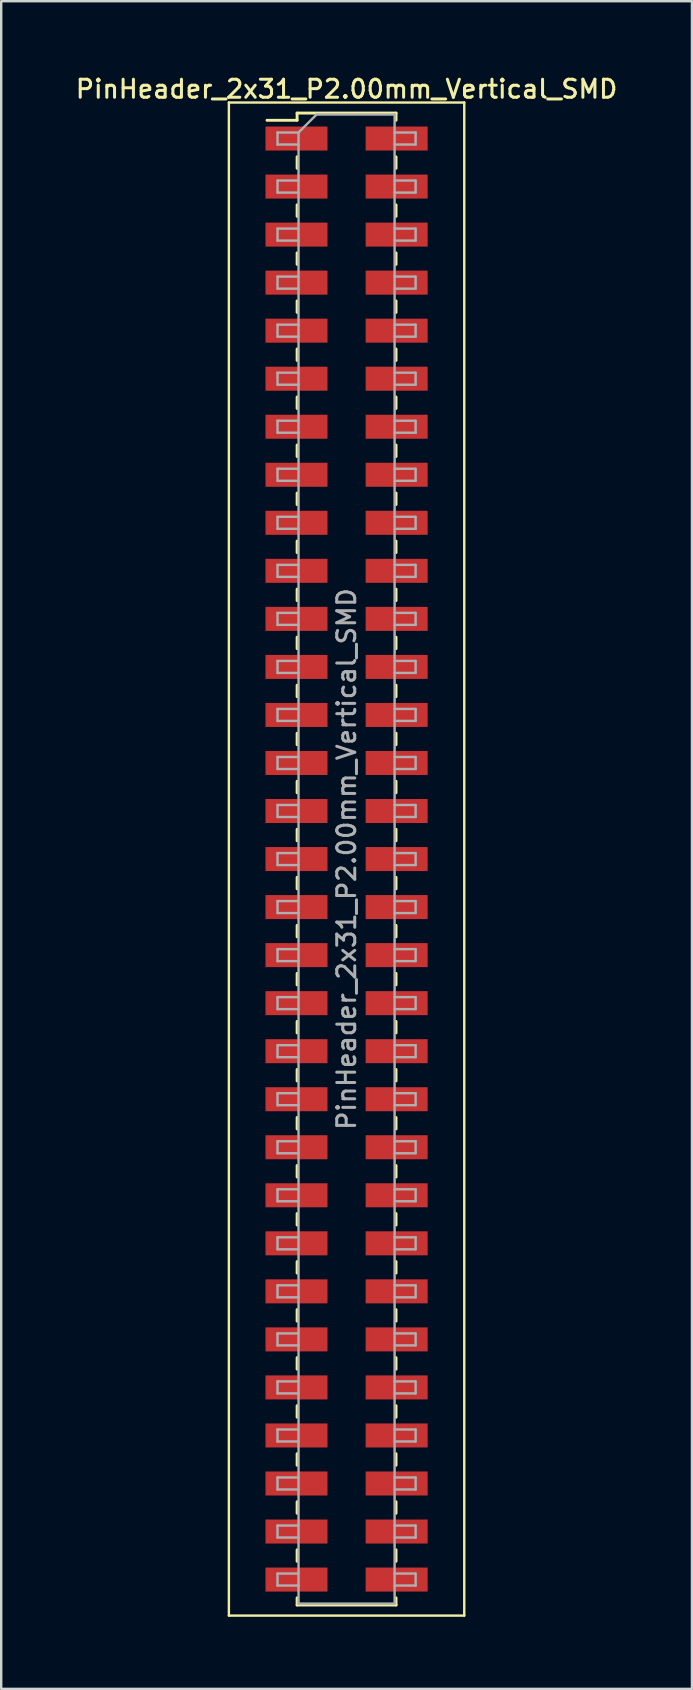
<source format=kicad_pcb>
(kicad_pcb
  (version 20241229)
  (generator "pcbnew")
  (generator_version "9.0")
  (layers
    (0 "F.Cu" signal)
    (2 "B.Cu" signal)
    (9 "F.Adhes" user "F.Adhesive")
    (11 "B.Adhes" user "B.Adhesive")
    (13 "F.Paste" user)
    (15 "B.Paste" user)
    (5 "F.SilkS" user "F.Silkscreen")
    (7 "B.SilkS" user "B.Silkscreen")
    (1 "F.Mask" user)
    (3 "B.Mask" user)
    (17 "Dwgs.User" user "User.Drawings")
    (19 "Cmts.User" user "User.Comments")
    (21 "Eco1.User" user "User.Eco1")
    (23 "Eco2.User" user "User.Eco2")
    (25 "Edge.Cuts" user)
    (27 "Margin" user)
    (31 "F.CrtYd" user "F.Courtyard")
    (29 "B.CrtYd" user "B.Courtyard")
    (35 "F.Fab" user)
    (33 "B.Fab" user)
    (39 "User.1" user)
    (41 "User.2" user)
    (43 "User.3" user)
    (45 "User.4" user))
  (footprint "PinHeader_2x31_P2.00mm_Vertical_SMD"
    (layer "F.Cu")
    (at 11.38 32.718)
    (property "Reference" "PinHeader_2x31_P2.00mm_Vertical_SMD" (at 0 -32.06 0) (layer "F.SilkS") (effects (font (size 0.75 0.75) (thickness 0.125))))
    (attr smd)
    (fp_line (start -4.9 -31.5) (end -4.9 31.5) (stroke (width 0.1) (type solid)) (layer "F.SilkS"))
    (fp_line (start -4.9 31.5) (end 4.9 31.5) (stroke (width 0.1) (type solid)) (layer "F.SilkS"))
    (fp_line (start -3.315 -30.76) (end -2.06 -30.76) (stroke (width 0.12) (type solid)) (layer "F.SilkS"))
    (fp_line (start -2.06 -31.06) (end -2.06 -30.76) (stroke (width 0.12) (type solid)) (layer "F.SilkS"))
    (fp_line (start -2.06 -31.06) (end 2.06 -31.06) (stroke (width 0.12) (type solid)) (layer "F.SilkS"))
    (fp_line (start -2.06 -29.24) (end -2.06 -28.76) (stroke (width 0.12) (type solid)) (layer "F.SilkS"))
    (fp_line (start -2.06 -27.24) (end -2.06 -26.76) (stroke (width 0.12) (type solid)) (layer "F.SilkS"))
    (fp_line (start -2.06 -25.24) (end -2.06 -24.76) (stroke (width 0.12) (type solid)) (layer "F.SilkS"))
    (fp_line (start -2.06 -23.24) (end -2.06 -22.76) (stroke (width 0.12) (type solid)) (layer "F.SilkS"))
    (fp_line (start -2.06 -21.24) (end -2.06 -20.76) (stroke (width 0.12) (type solid)) (layer "F.SilkS"))
    (fp_line (start -2.06 -19.24) (end -2.06 -18.76) (stroke (width 0.12) (type solid)) (layer "F.SilkS"))
    (fp_line (start -2.06 -17.24) (end -2.06 -16.76) (stroke (width 0.12) (type solid)) (layer "F.SilkS"))
    (fp_line (start -2.06 -15.24) (end -2.06 -14.76) (stroke (width 0.12) (type solid)) (layer "F.SilkS"))
    (fp_line (start -2.06 -13.24) (end -2.06 -12.76) (stroke (width 0.12) (type solid)) (layer "F.SilkS"))
    (fp_line (start -2.06 -11.24) (end -2.06 -10.76) (stroke (width 0.12) (type solid)) (layer "F.SilkS"))
    (fp_line (start -2.06 -9.24) (end -2.06 -8.76) (stroke (width 0.12) (type solid)) (layer "F.SilkS"))
    (fp_line (start -2.06 -7.24) (end -2.06 -6.76) (stroke (width 0.12) (type solid)) (layer "F.SilkS"))
    (fp_line (start -2.06 -5.24) (end -2.06 -4.76) (stroke (width 0.12) (type solid)) (layer "F.SilkS"))
    (fp_line (start -2.06 -3.24) (end -2.06 -2.76) (stroke (width 0.12) (type solid)) (layer "F.SilkS"))
    (fp_line (start -2.06 -1.24) (end -2.06 -0.76) (stroke (width 0.12) (type solid)) (layer "F.SilkS"))
    (fp_line (start -2.06 0.76) (end -2.06 1.24) (stroke (width 0.12) (type solid)) (layer "F.SilkS"))
    (fp_line (start -2.06 2.76) (end -2.06 3.24) (stroke (width 0.12) (type solid)) (layer "F.SilkS"))
    (fp_line (start -2.06 4.76) (end -2.06 5.24) (stroke (width 0.12) (type solid)) (layer "F.SilkS"))
    (fp_line (start -2.06 6.76) (end -2.06 7.24) (stroke (width 0.12) (type solid)) (layer "F.SilkS"))
    (fp_line (start -2.06 8.76) (end -2.06 9.24) (stroke (width 0.12) (type solid)) (layer "F.SilkS"))
    (fp_line (start -2.06 10.76) (end -2.06 11.24) (stroke (width 0.12) (type solid)) (layer "F.SilkS"))
    (fp_line (start -2.06 12.76) (end -2.06 13.24) (stroke (width 0.12) (type solid)) (layer "F.SilkS"))
    (fp_line (start -2.06 14.76) (end -2.06 15.24) (stroke (width 0.12) (type solid)) (layer "F.SilkS"))
    (fp_line (start -2.06 16.76) (end -2.06 17.24) (stroke (width 0.12) (type solid)) (layer "F.SilkS"))
    (fp_line (start -2.06 18.76) (end -2.06 19.24) (stroke (width 0.12) (type solid)) (layer "F.SilkS"))
    (fp_line (start -2.06 20.76) (end -2.06 21.24) (stroke (width 0.12) (type solid)) (layer "F.SilkS"))
    (fp_line (start -2.06 22.76) (end -2.06 23.24) (stroke (width 0.12) (type solid)) (layer "F.SilkS"))
    (fp_line (start -2.06 24.76) (end -2.06 25.24) (stroke (width 0.12) (type solid)) (layer "F.SilkS"))
    (fp_line (start -2.06 26.76) (end -2.06 27.24) (stroke (width 0.12) (type solid)) (layer "F.SilkS"))
    (fp_line (start -2.06 28.76) (end -2.06 29.24) (stroke (width 0.12) (type solid)) (layer "F.SilkS"))
    (fp_line (start -2.06 30.76) (end -2.06 31.06) (stroke (width 0.12) (type solid)) (layer "F.SilkS"))
    (fp_line (start -2.06 31.06) (end 2.06 31.06) (stroke (width 0.12) (type solid)) (layer "F.SilkS"))
    (fp_line (start 2.06 -31.06) (end 2.06 -30.76) (stroke (width 0.12) (type solid)) (layer "F.SilkS"))
    (fp_line (start 2.06 -29.24) (end 2.06 -28.76) (stroke (width 0.12) (type solid)) (layer "F.SilkS"))
    (fp_line (start 2.06 -27.24) (end 2.06 -26.76) (stroke (width 0.12) (type solid)) (layer "F.SilkS"))
    (fp_line (start 2.06 -25.24) (end 2.06 -24.76) (stroke (width 0.12) (type solid)) (layer "F.SilkS"))
    (fp_line (start 2.06 -23.24) (end 2.06 -22.76) (stroke (width 0.12) (type solid)) (layer "F.SilkS"))
    (fp_line (start 2.06 -21.24) (end 2.06 -20.76) (stroke (width 0.12) (type solid)) (layer "F.SilkS"))
    (fp_line (start 2.06 -19.24) (end 2.06 -18.76) (stroke (width 0.12) (type solid)) (layer "F.SilkS"))
    (fp_line (start 2.06 -17.24) (end 2.06 -16.76) (stroke (width 0.12) (type solid)) (layer "F.SilkS"))
    (fp_line (start 2.06 -15.24) (end 2.06 -14.76) (stroke (width 0.12) (type solid)) (layer "F.SilkS"))
    (fp_line (start 2.06 -13.24) (end 2.06 -12.76) (stroke (width 0.12) (type solid)) (layer "F.SilkS"))
    (fp_line (start 2.06 -11.24) (end 2.06 -10.76) (stroke (width 0.12) (type solid)) (layer "F.SilkS"))
    (fp_line (start 2.06 -9.24) (end 2.06 -8.76) (stroke (width 0.12) (type solid)) (layer "F.SilkS"))
    (fp_line (start 2.06 -7.24) (end 2.06 -6.76) (stroke (width 0.12) (type solid)) (layer "F.SilkS"))
    (fp_line (start 2.06 -5.24) (end 2.06 -4.76) (stroke (width 0.12) (type solid)) (layer "F.SilkS"))
    (fp_line (start 2.06 -3.24) (end 2.06 -2.76) (stroke (width 0.12) (type solid)) (layer "F.SilkS"))
    (fp_line (start 2.06 -1.24) (end 2.06 -0.76) (stroke (width 0.12) (type solid)) (layer "F.SilkS"))
    (fp_line (start 2.06 0.76) (end 2.06 1.24) (stroke (width 0.12) (type solid)) (layer "F.SilkS"))
    (fp_line (start 2.06 2.76) (end 2.06 3.24) (stroke (width 0.12) (type solid)) (layer "F.SilkS"))
    (fp_line (start 2.06 4.76) (end 2.06 5.24) (stroke (width 0.12) (type solid)) (layer "F.SilkS"))
    (fp_line (start 2.06 6.76) (end 2.06 7.24) (stroke (width 0.12) (type solid)) (layer "F.SilkS"))
    (fp_line (start 2.06 8.76) (end 2.06 9.24) (stroke (width 0.12) (type solid)) (layer "F.SilkS"))
    (fp_line (start 2.06 10.76) (end 2.06 11.24) (stroke (width 0.12) (type solid)) (layer "F.SilkS"))
    (fp_line (start 2.06 12.76) (end 2.06 13.24) (stroke (width 0.12) (type solid)) (layer "F.SilkS"))
    (fp_line (start 2.06 14.76) (end 2.06 15.24) (stroke (width 0.12) (type solid)) (layer "F.SilkS"))
    (fp_line (start 2.06 16.76) (end 2.06 17.24) (stroke (width 0.12) (type solid)) (layer "F.SilkS"))
    (fp_line (start 2.06 18.76) (end 2.06 19.24) (stroke (width 0.12) (type solid)) (layer "F.SilkS"))
    (fp_line (start 2.06 20.76) (end 2.06 21.24) (stroke (width 0.12) (type solid)) (layer "F.SilkS"))
    (fp_line (start 2.06 22.76) (end 2.06 23.24) (stroke (width 0.12) (type solid)) (layer "F.SilkS"))
    (fp_line (start 2.06 24.76) (end 2.06 25.24) (stroke (width 0.12) (type solid)) (layer "F.SilkS"))
    (fp_line (start 2.06 26.76) (end 2.06 27.24) (stroke (width 0.12) (type solid)) (layer "F.SilkS"))
    (fp_line (start 2.06 28.76) (end 2.06 29.24) (stroke (width 0.12) (type solid)) (layer "F.SilkS"))
    (fp_line (start 2.06 30.76) (end 2.06 31.06) (stroke (width 0.12) (type solid)) (layer "F.SilkS"))
    (fp_line (start 4.9 -31.5) (end -4.9 -31.5) (stroke (width 0.1) (type solid)) (layer "F.SilkS"))
    (fp_line (start 4.9 31.5) (end 4.9 -31.5) (stroke (width 0.1) (type solid)) (layer "F.SilkS"))
    (fp_line (start -2.875 -30.25) (end -2.875 -29.75) (stroke (width 0.1) (type solid)) (layer "F.Fab"))
    (fp_line (start -2.875 -29.75) (end -2 -29.75) (stroke (width 0.1) (type solid)) (layer "F.Fab"))
    (fp_line (start -2.875 -28.25) (end -2.875 -27.75) (stroke (width 0.1) (type solid)) (layer "F.Fab"))
    (fp_line (start -2.875 -27.75) (end -2 -27.75) (stroke (width 0.1) (type solid)) (layer "F.Fab"))
    (fp_line (start -2.875 -26.25) (end -2.875 -25.75) (stroke (width 0.1) (type solid)) (layer "F.Fab"))
    (fp_line (start -2.875 -25.75) (end -2 -25.75) (stroke (width 0.1) (type solid)) (layer "F.Fab"))
    (fp_line (start -2.875 -24.25) (end -2.875 -23.75) (stroke (width 0.1) (type solid)) (layer "F.Fab"))
    (fp_line (start -2.875 -23.75) (end -2 -23.75) (stroke (width 0.1) (type solid)) (layer "F.Fab"))
    (fp_line (start -2.875 -22.25) (end -2.875 -21.75) (stroke (width 0.1) (type solid)) (layer "F.Fab"))
    (fp_line (start -2.875 -21.75) (end -2 -21.75) (stroke (width 0.1) (type solid)) (layer "F.Fab"))
    (fp_line (start -2.875 -20.25) (end -2.875 -19.75) (stroke (width 0.1) (type solid)) (layer "F.Fab"))
    (fp_line (start -2.875 -19.75) (end -2 -19.75) (stroke (width 0.1) (type solid)) (layer "F.Fab"))
    (fp_line (start -2.875 -18.25) (end -2.875 -17.75) (stroke (width 0.1) (type solid)) (layer "F.Fab"))
    (fp_line (start -2.875 -17.75) (end -2 -17.75) (stroke (width 0.1) (type solid)) (layer "F.Fab"))
    (fp_line (start -2.875 -16.25) (end -2.875 -15.75) (stroke (width 0.1) (type solid)) (layer "F.Fab"))
    (fp_line (start -2.875 -15.75) (end -2 -15.75) (stroke (width 0.1) (type solid)) (layer "F.Fab"))
    (fp_line (start -2.875 -14.25) (end -2.875 -13.75) (stroke (width 0.1) (type solid)) (layer "F.Fab"))
    (fp_line (start -2.875 -13.75) (end -2 -13.75) (stroke (width 0.1) (type solid)) (layer "F.Fab"))
    (fp_line (start -2.875 -12.25) (end -2.875 -11.75) (stroke (width 0.1) (type solid)) (layer "F.Fab"))
    (fp_line (start -2.875 -11.75) (end -2 -11.75) (stroke (width 0.1) (type solid)) (layer "F.Fab"))
    (fp_line (start -2.875 -10.25) (end -2.875 -9.75) (stroke (width 0.1) (type solid)) (layer "F.Fab"))
    (fp_line (start -2.875 -9.75) (end -2 -9.75) (stroke (width 0.1) (type solid)) (layer "F.Fab"))
    (fp_line (start -2.875 -8.25) (end -2.875 -7.75) (stroke (width 0.1) (type solid)) (layer "F.Fab"))
    (fp_line (start -2.875 -7.75) (end -2 -7.75) (stroke (width 0.1) (type solid)) (layer "F.Fab"))
    (fp_line (start -2.875 -6.25) (end -2.875 -5.75) (stroke (width 0.1) (type solid)) (layer "F.Fab"))
    (fp_line (start -2.875 -5.75) (end -2 -5.75) (stroke (width 0.1) (type solid)) (layer "F.Fab"))
    (fp_line (start -2.875 -4.25) (end -2.875 -3.75) (stroke (width 0.1) (type solid)) (layer "F.Fab"))
    (fp_line (start -2.875 -3.75) (end -2 -3.75) (stroke (width 0.1) (type solid)) (layer "F.Fab"))
    (fp_line (start -2.875 -2.25) (end -2.875 -1.75) (stroke (width 0.1) (type solid)) (layer "F.Fab"))
    (fp_line (start -2.875 -1.75) (end -2 -1.75) (stroke (width 0.1) (type solid)) (layer "F.Fab"))
    (fp_line (start -2.875 -0.25) (end -2.875 0.25) (stroke (width 0.1) (type solid)) (layer "F.Fab"))
    (fp_line (start -2.875 0.25) (end -2 0.25) (stroke (width 0.1) (type solid)) (layer "F.Fab"))
    (fp_line (start -2.875 1.75) (end -2.875 2.25) (stroke (width 0.1) (type solid)) (layer "F.Fab"))
    (fp_line (start -2.875 2.25) (end -2 2.25) (stroke (width 0.1) (type solid)) (layer "F.Fab"))
    (fp_line (start -2.875 3.75) (end -2.875 4.25) (stroke (width 0.1) (type solid)) (layer "F.Fab"))
    (fp_line (start -2.875 4.25) (end -2 4.25) (stroke (width 0.1) (type solid)) (layer "F.Fab"))
    (fp_line (start -2.875 5.75) (end -2.875 6.25) (stroke (width 0.1) (type solid)) (layer "F.Fab"))
    (fp_line (start -2.875 6.25) (end -2 6.25) (stroke (width 0.1) (type solid)) (layer "F.Fab"))
    (fp_line (start -2.875 7.75) (end -2.875 8.25) (stroke (width 0.1) (type solid)) (layer "F.Fab"))
    (fp_line (start -2.875 8.25) (end -2 8.25) (stroke (width 0.1) (type solid)) (layer "F.Fab"))
    (fp_line (start -2.875 9.75) (end -2.875 10.25) (stroke (width 0.1) (type solid)) (layer "F.Fab"))
    (fp_line (start -2.875 10.25) (end -2 10.25) (stroke (width 0.1) (type solid)) (layer "F.Fab"))
    (fp_line (start -2.875 11.75) (end -2.875 12.25) (stroke (width 0.1) (type solid)) (layer "F.Fab"))
    (fp_line (start -2.875 12.25) (end -2 12.25) (stroke (width 0.1) (type solid)) (layer "F.Fab"))
    (fp_line (start -2.875 13.75) (end -2.875 14.25) (stroke (width 0.1) (type solid)) (layer "F.Fab"))
    (fp_line (start -2.875 14.25) (end -2 14.25) (stroke (width 0.1) (type solid)) (layer "F.Fab"))
    (fp_line (start -2.875 15.75) (end -2.875 16.25) (stroke (width 0.1) (type solid)) (layer "F.Fab"))
    (fp_line (start -2.875 16.25) (end -2 16.25) (stroke (width 0.1) (type solid)) (layer "F.Fab"))
    (fp_line (start -2.875 17.75) (end -2.875 18.25) (stroke (width 0.1) (type solid)) (layer "F.Fab"))
    (fp_line (start -2.875 18.25) (end -2 18.25) (stroke (width 0.1) (type solid)) (layer "F.Fab"))
    (fp_line (start -2.875 19.75) (end -2.875 20.25) (stroke (width 0.1) (type solid)) (layer "F.Fab"))
    (fp_line (start -2.875 20.25) (end -2 20.25) (stroke (width 0.1) (type solid)) (layer "F.Fab"))
    (fp_line (start -2.875 21.75) (end -2.875 22.25) (stroke (width 0.1) (type solid)) (layer "F.Fab"))
    (fp_line (start -2.875 22.25) (end -2 22.25) (stroke (width 0.1) (type solid)) (layer "F.Fab"))
    (fp_line (start -2.875 23.75) (end -2.875 24.25) (stroke (width 0.1) (type solid)) (layer "F.Fab"))
    (fp_line (start -2.875 24.25) (end -2 24.25) (stroke (width 0.1) (type solid)) (layer "F.Fab"))
    (fp_line (start -2.875 25.75) (end -2.875 26.25) (stroke (width 0.1) (type solid)) (layer "F.Fab"))
    (fp_line (start -2.875 26.25) (end -2 26.25) (stroke (width 0.1) (type solid)) (layer "F.Fab"))
    (fp_line (start -2.875 27.75) (end -2.875 28.25) (stroke (width 0.1) (type solid)) (layer "F.Fab"))
    (fp_line (start -2.875 28.25) (end -2 28.25) (stroke (width 0.1) (type solid)) (layer "F.Fab"))
    (fp_line (start -2.875 29.75) (end -2.875 30.25) (stroke (width 0.1) (type solid)) (layer "F.Fab"))
    (fp_line (start -2.875 30.25) (end -2 30.25) (stroke (width 0.1) (type solid)) (layer "F.Fab"))
    (fp_line (start -2 -30.25) (end -2.875 -30.25) (stroke (width 0.1) (type solid)) (layer "F.Fab"))
    (fp_line (start -2 -30.25) (end -1.25 -31) (stroke (width 0.1) (type solid)) (layer "F.Fab"))
    (fp_line (start -2 -28.25) (end -2.875 -28.25) (stroke (width 0.1) (type solid)) (layer "F.Fab"))
    (fp_line (start -2 -26.25) (end -2.875 -26.25) (stroke (width 0.1) (type solid)) (layer "F.Fab"))
    (fp_line (start -2 -24.25) (end -2.875 -24.25) (stroke (width 0.1) (type solid)) (layer "F.Fab"))
    (fp_line (start -2 -22.25) (end -2.875 -22.25) (stroke (width 0.1) (type solid)) (layer "F.Fab"))
    (fp_line (start -2 -20.25) (end -2.875 -20.25) (stroke (width 0.1) (type solid)) (layer "F.Fab"))
    (fp_line (start -2 -18.25) (end -2.875 -18.25) (stroke (width 0.1) (type solid)) (layer "F.Fab"))
    (fp_line (start -2 -16.25) (end -2.875 -16.25) (stroke (width 0.1) (type solid)) (layer "F.Fab"))
    (fp_line (start -2 -14.25) (end -2.875 -14.25) (stroke (width 0.1) (type solid)) (layer "F.Fab"))
    (fp_line (start -2 -12.25) (end -2.875 -12.25) (stroke (width 0.1) (type solid)) (layer "F.Fab"))
    (fp_line (start -2 -10.25) (end -2.875 -10.25) (stroke (width 0.1) (type solid)) (layer "F.Fab"))
    (fp_line (start -2 -8.25) (end -2.875 -8.25) (stroke (width 0.1) (type solid)) (layer "F.Fab"))
    (fp_line (start -2 -6.25) (end -2.875 -6.25) (stroke (width 0.1) (type solid)) (layer "F.Fab"))
    (fp_line (start -2 -4.25) (end -2.875 -4.25) (stroke (width 0.1) (type solid)) (layer "F.Fab"))
    (fp_line (start -2 -2.25) (end -2.875 -2.25) (stroke (width 0.1) (type solid)) (layer "F.Fab"))
    (fp_line (start -2 -0.25) (end -2.875 -0.25) (stroke (width 0.1) (type solid)) (layer "F.Fab"))
    (fp_line (start -2 1.75) (end -2.875 1.75) (stroke (width 0.1) (type solid)) (layer "F.Fab"))
    (fp_line (start -2 3.75) (end -2.875 3.75) (stroke (width 0.1) (type solid)) (layer "F.Fab"))
    (fp_line (start -2 5.75) (end -2.875 5.75) (stroke (width 0.1) (type solid)) (layer "F.Fab"))
    (fp_line (start -2 7.75) (end -2.875 7.75) (stroke (width 0.1) (type solid)) (layer "F.Fab"))
    (fp_line (start -2 9.75) (end -2.875 9.75) (stroke (width 0.1) (type solid)) (layer "F.Fab"))
    (fp_line (start -2 11.75) (end -2.875 11.75) (stroke (width 0.1) (type solid)) (layer "F.Fab"))
    (fp_line (start -2 13.75) (end -2.875 13.75) (stroke (width 0.1) (type solid)) (layer "F.Fab"))
    (fp_line (start -2 15.75) (end -2.875 15.75) (stroke (width 0.1) (type solid)) (layer "F.Fab"))
    (fp_line (start -2 17.75) (end -2.875 17.75) (stroke (width 0.1) (type solid)) (layer "F.Fab"))
    (fp_line (start -2 19.75) (end -2.875 19.75) (stroke (width 0.1) (type solid)) (layer "F.Fab"))
    (fp_line (start -2 21.75) (end -2.875 21.75) (stroke (width 0.1) (type solid)) (layer "F.Fab"))
    (fp_line (start -2 23.75) (end -2.875 23.75) (stroke (width 0.1) (type solid)) (layer "F.Fab"))
    (fp_line (start -2 25.75) (end -2.875 25.75) (stroke (width 0.1) (type solid)) (layer "F.Fab"))
    (fp_line (start -2 27.75) (end -2.875 27.75) (stroke (width 0.1) (type solid)) (layer "F.Fab"))
    (fp_line (start -2 29.75) (end -2.875 29.75) (stroke (width 0.1) (type solid)) (layer "F.Fab"))
    (fp_line (start -2 31) (end -2 -30.25) (stroke (width 0.1) (type solid)) (layer "F.Fab"))
    (fp_line (start -1.25 -31) (end 2 -31) (stroke (width 0.1) (type solid)) (layer "F.Fab"))
    (fp_line (start 2 -31) (end 2 31) (stroke (width 0.1) (type solid)) (layer "F.Fab"))
    (fp_line (start 2 -30.25) (end 2.875 -30.25) (stroke (width 0.1) (type solid)) (layer "F.Fab"))
    (fp_line (start 2 -28.25) (end 2.875 -28.25) (stroke (width 0.1) (type solid)) (layer "F.Fab"))
    (fp_line (start 2 -26.25) (end 2.875 -26.25) (stroke (width 0.1) (type solid)) (layer "F.Fab"))
    (fp_line (start 2 -24.25) (end 2.875 -24.25) (stroke (width 0.1) (type solid)) (layer "F.Fab"))
    (fp_line (start 2 -22.25) (end 2.875 -22.25) (stroke (width 0.1) (type solid)) (layer "F.Fab"))
    (fp_line (start 2 -20.25) (end 2.875 -20.25) (stroke (width 0.1) (type solid)) (layer "F.Fab"))
    (fp_line (start 2 -18.25) (end 2.875 -18.25) (stroke (width 0.1) (type solid)) (layer "F.Fab"))
    (fp_line (start 2 -16.25) (end 2.875 -16.25) (stroke (width 0.1) (type solid)) (layer "F.Fab"))
    (fp_line (start 2 -14.25) (end 2.875 -14.25) (stroke (width 0.1) (type solid)) (layer "F.Fab"))
    (fp_line (start 2 -12.25) (end 2.875 -12.25) (stroke (width 0.1) (type solid)) (layer "F.Fab"))
    (fp_line (start 2 -10.25) (end 2.875 -10.25) (stroke (width 0.1) (type solid)) (layer "F.Fab"))
    (fp_line (start 2 -8.25) (end 2.875 -8.25) (stroke (width 0.1) (type solid)) (layer "F.Fab"))
    (fp_line (start 2 -6.25) (end 2.875 -6.25) (stroke (width 0.1) (type solid)) (layer "F.Fab"))
    (fp_line (start 2 -4.25) (end 2.875 -4.25) (stroke (width 0.1) (type solid)) (layer "F.Fab"))
    (fp_line (start 2 -2.25) (end 2.875 -2.25) (stroke (width 0.1) (type solid)) (layer "F.Fab"))
    (fp_line (start 2 -0.25) (end 2.875 -0.25) (stroke (width 0.1) (type solid)) (layer "F.Fab"))
    (fp_line (start 2 1.75) (end 2.875 1.75) (stroke (width 0.1) (type solid)) (layer "F.Fab"))
    (fp_line (start 2 3.75) (end 2.875 3.75) (stroke (width 0.1) (type solid)) (layer "F.Fab"))
    (fp_line (start 2 5.75) (end 2.875 5.75) (stroke (width 0.1) (type solid)) (layer "F.Fab"))
    (fp_line (start 2 7.75) (end 2.875 7.75) (stroke (width 0.1) (type solid)) (layer "F.Fab"))
    (fp_line (start 2 9.75) (end 2.875 9.75) (stroke (width 0.1) (type solid)) (layer "F.Fab"))
    (fp_line (start 2 11.75) (end 2.875 11.75) (stroke (width 0.1) (type solid)) (layer "F.Fab"))
    (fp_line (start 2 13.75) (end 2.875 13.75) (stroke (width 0.1) (type solid)) (layer "F.Fab"))
    (fp_line (start 2 15.75) (end 2.875 15.75) (stroke (width 0.1) (type solid)) (layer "F.Fab"))
    (fp_line (start 2 17.75) (end 2.875 17.75) (stroke (width 0.1) (type solid)) (layer "F.Fab"))
    (fp_line (start 2 19.75) (end 2.875 19.75) (stroke (width 0.1) (type solid)) (layer "F.Fab"))
    (fp_line (start 2 21.75) (end 2.875 21.75) (stroke (width 0.1) (type solid)) (layer "F.Fab"))
    (fp_line (start 2 23.75) (end 2.875 23.75) (stroke (width 0.1) (type solid)) (layer "F.Fab"))
    (fp_line (start 2 25.75) (end 2.875 25.75) (stroke (width 0.1) (type solid)) (layer "F.Fab"))
    (fp_line (start 2 27.75) (end 2.875 27.75) (stroke (width 0.1) (type solid)) (layer "F.Fab"))
    (fp_line (start 2 29.75) (end 2.875 29.75) (stroke (width 0.1) (type solid)) (layer "F.Fab"))
    (fp_line (start 2 31) (end -2 31) (stroke (width 0.1) (type solid)) (layer "F.Fab"))
    (fp_line (start 2.875 -30.25) (end 2.875 -29.75) (stroke (width 0.1) (type solid)) (layer "F.Fab"))
    (fp_line (start 2.875 -29.75) (end 2 -29.75) (stroke (width 0.1) (type solid)) (layer "F.Fab"))
    (fp_line (start 2.875 -28.25) (end 2.875 -27.75) (stroke (width 0.1) (type solid)) (layer "F.Fab"))
    (fp_line (start 2.875 -27.75) (end 2 -27.75) (stroke (width 0.1) (type solid)) (layer "F.Fab"))
    (fp_line (start 2.875 -26.25) (end 2.875 -25.75) (stroke (width 0.1) (type solid)) (layer "F.Fab"))
    (fp_line (start 2.875 -25.75) (end 2 -25.75) (stroke (width 0.1) (type solid)) (layer "F.Fab"))
    (fp_line (start 2.875 -24.25) (end 2.875 -23.75) (stroke (width 0.1) (type solid)) (layer "F.Fab"))
    (fp_line (start 2.875 -23.75) (end 2 -23.75) (stroke (width 0.1) (type solid)) (layer "F.Fab"))
    (fp_line (start 2.875 -22.25) (end 2.875 -21.75) (stroke (width 0.1) (type solid)) (layer "F.Fab"))
    (fp_line (start 2.875 -21.75) (end 2 -21.75) (stroke (width 0.1) (type solid)) (layer "F.Fab"))
    (fp_line (start 2.875 -20.25) (end 2.875 -19.75) (stroke (width 0.1) (type solid)) (layer "F.Fab"))
    (fp_line (start 2.875 -19.75) (end 2 -19.75) (stroke (width 0.1) (type solid)) (layer "F.Fab"))
    (fp_line (start 2.875 -18.25) (end 2.875 -17.75) (stroke (width 0.1) (type solid)) (layer "F.Fab"))
    (fp_line (start 2.875 -17.75) (end 2 -17.75) (stroke (width 0.1) (type solid)) (layer "F.Fab"))
    (fp_line (start 2.875 -16.25) (end 2.875 -15.75) (stroke (width 0.1) (type solid)) (layer "F.Fab"))
    (fp_line (start 2.875 -15.75) (end 2 -15.75) (stroke (width 0.1) (type solid)) (layer "F.Fab"))
    (fp_line (start 2.875 -14.25) (end 2.875 -13.75) (stroke (width 0.1) (type solid)) (layer "F.Fab"))
    (fp_line (start 2.875 -13.75) (end 2 -13.75) (stroke (width 0.1) (type solid)) (layer "F.Fab"))
    (fp_line (start 2.875 -12.25) (end 2.875 -11.75) (stroke (width 0.1) (type solid)) (layer "F.Fab"))
    (fp_line (start 2.875 -11.75) (end 2 -11.75) (stroke (width 0.1) (type solid)) (layer "F.Fab"))
    (fp_line (start 2.875 -10.25) (end 2.875 -9.75) (stroke (width 0.1) (type solid)) (layer "F.Fab"))
    (fp_line (start 2.875 -9.75) (end 2 -9.75) (stroke (width 0.1) (type solid)) (layer "F.Fab"))
    (fp_line (start 2.875 -8.25) (end 2.875 -7.75) (stroke (width 0.1) (type solid)) (layer "F.Fab"))
    (fp_line (start 2.875 -7.75) (end 2 -7.75) (stroke (width 0.1) (type solid)) (layer "F.Fab"))
    (fp_line (start 2.875 -6.25) (end 2.875 -5.75) (stroke (width 0.1) (type solid)) (layer "F.Fab"))
    (fp_line (start 2.875 -5.75) (end 2 -5.75) (stroke (width 0.1) (type solid)) (layer "F.Fab"))
    (fp_line (start 2.875 -4.25) (end 2.875 -3.75) (stroke (width 0.1) (type solid)) (layer "F.Fab"))
    (fp_line (start 2.875 -3.75) (end 2 -3.75) (stroke (width 0.1) (type solid)) (layer "F.Fab"))
    (fp_line (start 2.875 -2.25) (end 2.875 -1.75) (stroke (width 0.1) (type solid)) (layer "F.Fab"))
    (fp_line (start 2.875 -1.75) (end 2 -1.75) (stroke (width 0.1) (type solid)) (layer "F.Fab"))
    (fp_line (start 2.875 -0.25) (end 2.875 0.25) (stroke (width 0.1) (type solid)) (layer "F.Fab"))
    (fp_line (start 2.875 0.25) (end 2 0.25) (stroke (width 0.1) (type solid)) (layer "F.Fab"))
    (fp_line (start 2.875 1.75) (end 2.875 2.25) (stroke (width 0.1) (type solid)) (layer "F.Fab"))
    (fp_line (start 2.875 2.25) (end 2 2.25) (stroke (width 0.1) (type solid)) (layer "F.Fab"))
    (fp_line (start 2.875 3.75) (end 2.875 4.25) (stroke (width 0.1) (type solid)) (layer "F.Fab"))
    (fp_line (start 2.875 4.25) (end 2 4.25) (stroke (width 0.1) (type solid)) (layer "F.Fab"))
    (fp_line (start 2.875 5.75) (end 2.875 6.25) (stroke (width 0.1) (type solid)) (layer "F.Fab"))
    (fp_line (start 2.875 6.25) (end 2 6.25) (stroke (width 0.1) (type solid)) (layer "F.Fab"))
    (fp_line (start 2.875 7.75) (end 2.875 8.25) (stroke (width 0.1) (type solid)) (layer "F.Fab"))
    (fp_line (start 2.875 8.25) (end 2 8.25) (stroke (width 0.1) (type solid)) (layer "F.Fab"))
    (fp_line (start 2.875 9.75) (end 2.875 10.25) (stroke (width 0.1) (type solid)) (layer "F.Fab"))
    (fp_line (start 2.875 10.25) (end 2 10.25) (stroke (width 0.1) (type solid)) (layer "F.Fab"))
    (fp_line (start 2.875 11.75) (end 2.875 12.25) (stroke (width 0.1) (type solid)) (layer "F.Fab"))
    (fp_line (start 2.875 12.25) (end 2 12.25) (stroke (width 0.1) (type solid)) (layer "F.Fab"))
    (fp_line (start 2.875 13.75) (end 2.875 14.25) (stroke (width 0.1) (type solid)) (layer "F.Fab"))
    (fp_line (start 2.875 14.25) (end 2 14.25) (stroke (width 0.1) (type solid)) (layer "F.Fab"))
    (fp_line (start 2.875 15.75) (end 2.875 16.25) (stroke (width 0.1) (type solid)) (layer "F.Fab"))
    (fp_line (start 2.875 16.25) (end 2 16.25) (stroke (width 0.1) (type solid)) (layer "F.Fab"))
    (fp_line (start 2.875 17.75) (end 2.875 18.25) (stroke (width 0.1) (type solid)) (layer "F.Fab"))
    (fp_line (start 2.875 18.25) (end 2 18.25) (stroke (width 0.1) (type solid)) (layer "F.Fab"))
    (fp_line (start 2.875 19.75) (end 2.875 20.25) (stroke (width 0.1) (type solid)) (layer "F.Fab"))
    (fp_line (start 2.875 20.25) (end 2 20.25) (stroke (width 0.1) (type solid)) (layer "F.Fab"))
    (fp_line (start 2.875 21.75) (end 2.875 22.25) (stroke (width 0.1) (type solid)) (layer "F.Fab"))
    (fp_line (start 2.875 22.25) (end 2 22.25) (stroke (width 0.1) (type solid)) (layer "F.Fab"))
    (fp_line (start 2.875 23.75) (end 2.875 24.25) (stroke (width 0.1) (type solid)) (layer "F.Fab"))
    (fp_line (start 2.875 24.25) (end 2 24.25) (stroke (width 0.1) (type solid)) (layer "F.Fab"))
    (fp_line (start 2.875 25.75) (end 2.875 26.25) (stroke (width 0.1) (type solid)) (layer "F.Fab"))
    (fp_line (start 2.875 26.25) (end 2 26.25) (stroke (width 0.1) (type solid)) (layer "F.Fab"))
    (fp_line (start 2.875 27.75) (end 2.875 28.25) (stroke (width 0.1) (type solid)) (layer "F.Fab"))
    (fp_line (start 2.875 28.25) (end 2 28.25) (stroke (width 0.1) (type solid)) (layer "F.Fab"))
    (fp_line (start 2.875 29.75) (end 2.875 30.25) (stroke (width 0.1) (type solid)) (layer "F.Fab"))
    (fp_line (start 2.875 30.25) (end 2 30.25) (stroke (width 0.1) (type solid)) (layer "F.Fab"))
    (fp_text user "${REFERENCE}" (at 0 0 90) (layer "F.Fab") (effects (font (size 0.75 0.75) (thickness 0.125))))
    (pad "1" smd rect (at -2.085 -30) (size 2.58 1) (layers "F.Cu" "F.Mask" "F.Paste"))
    (pad "2" smd rect (at 2.085 -30) (size 2.58 1) (layers "F.Cu" "F.Mask" "F.Paste"))
    (pad "3" smd rect (at -2.085 -28) (size 2.58 1) (layers "F.Cu" "F.Mask" "F.Paste"))
    (pad "4" smd rect (at 2.085 -28) (size 2.58 1) (layers "F.Cu" "F.Mask" "F.Paste"))
    (pad "5" smd rect (at -2.085 -26) (size 2.58 1) (layers "F.Cu" "F.Mask" "F.Paste"))
    (pad "6" smd rect (at 2.085 -26) (size 2.58 1) (layers "F.Cu" "F.Mask" "F.Paste"))
    (pad "7" smd rect (at -2.085 -24) (size 2.58 1) (layers "F.Cu" "F.Mask" "F.Paste"))
    (pad "8" smd rect (at 2.085 -24) (size 2.58 1) (layers "F.Cu" "F.Mask" "F.Paste"))
    (pad "9" smd rect (at -2.085 -22) (size 2.58 1) (layers "F.Cu" "F.Mask" "F.Paste"))
    (pad "10" smd rect (at 2.085 -22) (size 2.58 1) (layers "F.Cu" "F.Mask" "F.Paste"))
    (pad "11" smd rect (at -2.085 -20) (size 2.58 1) (layers "F.Cu" "F.Mask" "F.Paste"))
    (pad "12" smd rect (at 2.085 -20) (size 2.58 1) (layers "F.Cu" "F.Mask" "F.Paste"))
    (pad "13" smd rect (at -2.085 -18) (size 2.58 1) (layers "F.Cu" "F.Mask" "F.Paste"))
    (pad "14" smd rect (at 2.085 -18) (size 2.58 1) (layers "F.Cu" "F.Mask" "F.Paste"))
    (pad "15" smd rect (at -2.085 -16) (size 2.58 1) (layers "F.Cu" "F.Mask" "F.Paste"))
    (pad "16" smd rect (at 2.085 -16) (size 2.58 1) (layers "F.Cu" "F.Mask" "F.Paste"))
    (pad "17" smd rect (at -2.085 -14) (size 2.58 1) (layers "F.Cu" "F.Mask" "F.Paste"))
    (pad "18" smd rect (at 2.085 -14) (size 2.58 1) (layers "F.Cu" "F.Mask" "F.Paste"))
    (pad "19" smd rect (at -2.085 -12) (size 2.58 1) (layers "F.Cu" "F.Mask" "F.Paste"))
    (pad "20" smd rect (at 2.085 -12) (size 2.58 1) (layers "F.Cu" "F.Mask" "F.Paste"))
    (pad "21" smd rect (at -2.085 -10) (size 2.58 1) (layers "F.Cu" "F.Mask" "F.Paste"))
    (pad "22" smd rect (at 2.085 -10) (size 2.58 1) (layers "F.Cu" "F.Mask" "F.Paste"))
    (pad "23" smd rect (at -2.085 -8) (size 2.58 1) (layers "F.Cu" "F.Mask" "F.Paste"))
    (pad "24" smd rect (at 2.085 -8) (size 2.58 1) (layers "F.Cu" "F.Mask" "F.Paste"))
    (pad "25" smd rect (at -2.085 -6) (size 2.58 1) (layers "F.Cu" "F.Mask" "F.Paste"))
    (pad "26" smd rect (at 2.085 -6) (size 2.58 1) (layers "F.Cu" "F.Mask" "F.Paste"))
    (pad "27" smd rect (at -2.085 -4) (size 2.58 1) (layers "F.Cu" "F.Mask" "F.Paste"))
    (pad "28" smd rect (at 2.085 -4) (size 2.58 1) (layers "F.Cu" "F.Mask" "F.Paste"))
    (pad "29" smd rect (at -2.085 -2) (size 2.58 1) (layers "F.Cu" "F.Mask" "F.Paste"))
    (pad "30" smd rect (at 2.085 -2) (size 2.58 1) (layers "F.Cu" "F.Mask" "F.Paste"))
    (pad "31" smd rect (at -2.085 0) (size 2.58 1) (layers "F.Cu" "F.Mask" "F.Paste"))
    (pad "32" smd rect (at 2.085 0) (size 2.58 1) (layers "F.Cu" "F.Mask" "F.Paste"))
    (pad "33" smd rect (at -2.085 2) (size 2.58 1) (layers "F.Cu" "F.Mask" "F.Paste"))
    (pad "34" smd rect (at 2.085 2) (size 2.58 1) (layers "F.Cu" "F.Mask" "F.Paste"))
    (pad "35" smd rect (at -2.085 4) (size 2.58 1) (layers "F.Cu" "F.Mask" "F.Paste"))
    (pad "36" smd rect (at 2.085 4) (size 2.58 1) (layers "F.Cu" "F.Mask" "F.Paste"))
    (pad "37" smd rect (at -2.085 6) (size 2.58 1) (layers "F.Cu" "F.Mask" "F.Paste"))
    (pad "38" smd rect (at 2.085 6) (size 2.58 1) (layers "F.Cu" "F.Mask" "F.Paste"))
    (pad "39" smd rect (at -2.085 8) (size 2.58 1) (layers "F.Cu" "F.Mask" "F.Paste"))
    (pad "40" smd rect (at 2.085 8) (size 2.58 1) (layers "F.Cu" "F.Mask" "F.Paste"))
    (pad "41" smd rect (at -2.085 10) (size 2.58 1) (layers "F.Cu" "F.Mask" "F.Paste"))
    (pad "42" smd rect (at 2.085 10) (size 2.58 1) (layers "F.Cu" "F.Mask" "F.Paste"))
    (pad "43" smd rect (at -2.085 12) (size 2.58 1) (layers "F.Cu" "F.Mask" "F.Paste"))
    (pad "44" smd rect (at 2.085 12) (size 2.58 1) (layers "F.Cu" "F.Mask" "F.Paste"))
    (pad "45" smd rect (at -2.085 14) (size 2.58 1) (layers "F.Cu" "F.Mask" "F.Paste"))
    (pad "46" smd rect (at 2.085 14) (size 2.58 1) (layers "F.Cu" "F.Mask" "F.Paste"))
    (pad "47" smd rect (at -2.085 16) (size 2.58 1) (layers "F.Cu" "F.Mask" "F.Paste"))
    (pad "48" smd rect (at 2.085 16) (size 2.58 1) (layers "F.Cu" "F.Mask" "F.Paste"))
    (pad "49" smd rect (at -2.085 18) (size 2.58 1) (layers "F.Cu" "F.Mask" "F.Paste"))
    (pad "50" smd rect (at 2.085 18) (size 2.58 1) (layers "F.Cu" "F.Mask" "F.Paste"))
    (pad "51" smd rect (at -2.085 20) (size 2.58 1) (layers "F.Cu" "F.Mask" "F.Paste"))
    (pad "52" smd rect (at 2.085 20) (size 2.58 1) (layers "F.Cu" "F.Mask" "F.Paste"))
    (pad "53" smd rect (at -2.085 22) (size 2.58 1) (layers "F.Cu" "F.Mask" "F.Paste"))
    (pad "54" smd rect (at 2.085 22) (size 2.58 1) (layers "F.Cu" "F.Mask" "F.Paste"))
    (pad "55" smd rect (at -2.085 24) (size 2.58 1) (layers "F.Cu" "F.Mask" "F.Paste"))
    (pad "56" smd rect (at 2.085 24) (size 2.58 1) (layers "F.Cu" "F.Mask" "F.Paste"))
    (pad "57" smd rect (at -2.085 26) (size 2.58 1) (layers "F.Cu" "F.Mask" "F.Paste"))
    (pad "58" smd rect (at 2.085 26) (size 2.58 1) (layers "F.Cu" "F.Mask" "F.Paste"))
    (pad "59" smd rect (at -2.085 28) (size 2.58 1) (layers "F.Cu" "F.Mask" "F.Paste"))
    (pad "60" smd rect (at 2.085 28) (size 2.58 1) (layers "F.Cu" "F.Mask" "F.Paste"))
    (pad "61" smd rect (at -2.085 30) (size 2.58 1) (layers "F.Cu" "F.Mask" "F.Paste"))
    (pad "62" smd rect (at 2.085 30) (size 2.58 1) (layers "F.Cu" "F.Mask" "F.Paste")))
  (gr_rect
    (start -3 -3)
    (end 25.761 67.268)
    (stroke (width 0.1) (type default))
    (fill no)
    (layer "Edge.Cuts")))
</source>
